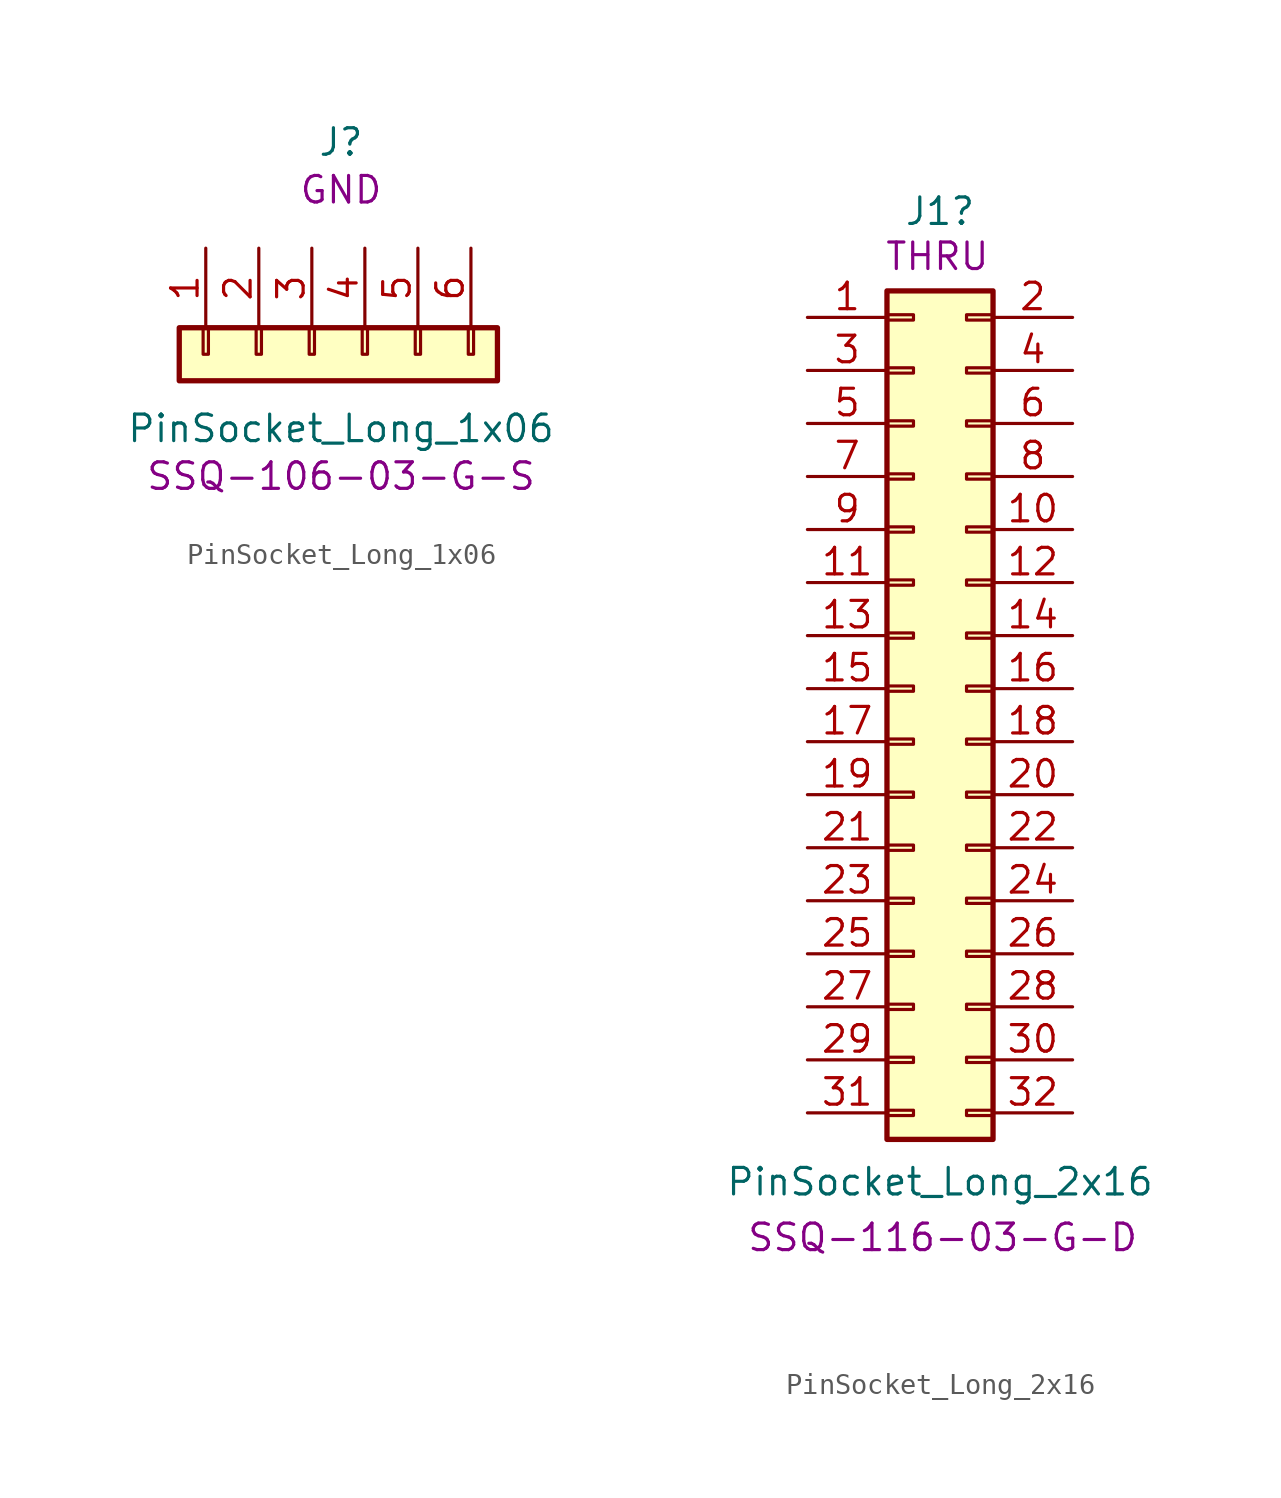
<source format=kicad_sym>
(kicad_symbol_lib
  (version 20220914)
  (generator kicad_symbol_editor)
  (symbol "PinSocket_Long_1x06"
    (pin_names
      (offset 1.016) hide)
    (property "Reference" "J"
      (at 0 8.763 0)
      (effects (font (size 1.27 1.27))))
    (property "Value" "PinSocket_Long_1x06"
      (at 0 -4.953 0)
      (effects (font (size 1.27 1.27))))
    (property "LCSC" ""
      (at 0 -7.112 0)
      (effects (font (size 1.27 1.27))))
    (property "Manufacturer PN" "SSQ-106-03-G-S"
      (at 0 -7.239 0)
      (effects (font (size 1.27 1.27))))
    (property "Silkscreen" "GND"
      (at 0 6.477 0)
      (effects (font (size 1.27 1.27))))
    (symbol "PinSocket_Long_1x06_1_1"
      (rectangle (start -7.747 -0.127) (end 7.493 -2.667) (stroke (width 0.254) (type default)) (fill (type background)))
      (rectangle (start -6.35 -1.397) (end -6.604 -0.127) (stroke (width 0.152) (type default)) (fill (type none)))
      (rectangle (start -3.81 -1.397) (end -4.064 -0.127) (stroke (width 0.152) (type default)) (fill (type none)))
      (rectangle (start -1.27 -1.397) (end -1.524 -0.127) (stroke (width 0.152) (type default)) (fill (type none)))
      (rectangle (start 1.27 -1.397) (end 1.016 -0.127) (stroke (width 0.152) (type default)) (fill (type none)))
      (rectangle (start 3.81 -1.397) (end 3.556 -0.127) (stroke (width 0.152) (type default)) (fill (type none)))
      (rectangle (start 6.35 -1.397) (end 6.096 -0.127) (stroke (width 0.152) (type default)) (fill (type none)))
      (pin passive line (at -6.477 3.683 270) (length 3.81) (name "Pin_1" (effects (font (size 1.27 1.27)))) (number "1" (effects (font (size 1.27 1.27)))))
      (pin passive line (at -3.937 3.683 270) (length 3.81) (name "Pin_2" (effects (font (size 1.27 1.27)))) (number "2" (effects (font (size 1.27 1.27)))))
      (pin passive line (at -1.397 3.683 270) (length 3.81) (name "Pin_3" (effects (font (size 1.27 1.27)))) (number "3" (effects (font (size 1.27 1.27)))))
      (pin passive line (at 1.143 3.683 270) (length 3.81) (name "Pin_4" (effects (font (size 1.27 1.27)))) (number "4" (effects (font (size 1.27 1.27)))))
      (pin passive line (at 3.683 3.683 270) (length 3.81) (name "Pin_5" (effects (font (size 1.27 1.27)))) (number "5" (effects (font (size 1.27 1.27)))))
      (pin passive line (at 6.223 3.683 270) (length 3.81) (name "Pin_6" (effects (font (size 1.27 1.27)))) (number "6" (effects (font (size 1.27 1.27)))))))
  (symbol "PinSocket_Long_2x16"
    (pin_names
      (offset 1.016) hide)
    (property "Reference" "J1"
      (at 1.27 22.86 0)
      (effects (font (size 1.27 1.27))))
    (property "Value" "PinSocket_Long_2x16"
      (at 1.27 -23.622 0)
      (effects (font (size 1.27 1.27))))
    (property "Manufacturer PN" "SSQ-116-03-G-D"
      (at 1.397 -26.289 0)
      (effects (font (size 1.27 1.27))))
    (property "Silkscreen" "THRU"
      (at 1.143 20.701 0)
      (effects (font (size 1.27 1.27))))
    (symbol "PinSocket_Long_2x16_1_1"
      (rectangle (start -1.27 -20.193) (end 0 -20.447) (stroke (width 0.152) (type default)) (fill (type none)))
      (rectangle (start -1.27 -17.653) (end 0 -17.907) (stroke (width 0.152) (type default)) (fill (type none)))
      (rectangle (start -1.27 -15.113) (end 0 -15.367) (stroke (width 0.152) (type default)) (fill (type none)))
      (rectangle (start -1.27 -12.573) (end 0 -12.827) (stroke (width 0.152) (type default)) (fill (type none)))
      (rectangle (start -1.27 -10.033) (end 0 -10.287) (stroke (width 0.152) (type default)) (fill (type none)))
      (rectangle (start -1.27 -7.493) (end 0 -7.747) (stroke (width 0.152) (type default)) (fill (type none)))
      (rectangle (start -1.27 -4.953) (end 0 -5.207) (stroke (width 0.152) (type default)) (fill (type none)))
      (rectangle (start -1.27 -2.413) (end 0 -2.667) (stroke (width 0.152) (type default)) (fill (type none)))
      (rectangle (start -1.27 0.127) (end 0 -0.127) (stroke (width 0.152) (type default)) (fill (type none)))
      (rectangle (start -1.27 2.667) (end 0 2.413) (stroke (width 0.152) (type default)) (fill (type none)))
      (rectangle (start -1.27 5.207) (end 0 4.953) (stroke (width 0.152) (type default)) (fill (type none)))
      (rectangle (start -1.27 7.747) (end 0 7.493) (stroke (width 0.152) (type default)) (fill (type none)))
      (rectangle (start -1.27 10.287) (end 0 10.033) (stroke (width 0.152) (type default)) (fill (type none)))
      (rectangle (start -1.27 12.827) (end 0 12.573) (stroke (width 0.152) (type default)) (fill (type none)))
      (rectangle (start -1.27 15.367) (end 0 15.113) (stroke (width 0.152) (type default)) (fill (type none)))
      (rectangle (start -1.27 17.907) (end 0 17.653) (stroke (width 0.152) (type default)) (fill (type none)))
      (rectangle (start -1.27 19.05) (end 3.81 -21.59) (stroke (width 0.254) (type default)) (fill (type background)))
      (rectangle (start 3.81 -20.193) (end 2.54 -20.447) (stroke (width 0.152) (type default)) (fill (type none)))
      (rectangle (start 3.81 -17.653) (end 2.54 -17.907) (stroke (width 0.152) (type default)) (fill (type none)))
      (rectangle (start 3.81 -15.113) (end 2.54 -15.367) (stroke (width 0.152) (type default)) (fill (type none)))
      (rectangle (start 3.81 -12.573) (end 2.54 -12.827) (stroke (width 0.152) (type default)) (fill (type none)))
      (rectangle (start 3.81 -10.033) (end 2.54 -10.287) (stroke (width 0.152) (type default)) (fill (type none)))
      (rectangle (start 3.81 -7.493) (end 2.54 -7.747) (stroke (width 0.152) (type default)) (fill (type none)))
      (rectangle (start 3.81 -4.953) (end 2.54 -5.207) (stroke (width 0.152) (type default)) (fill (type none)))
      (rectangle (start 3.81 -2.413) (end 2.54 -2.667) (stroke (width 0.152) (type default)) (fill (type none)))
      (rectangle (start 3.81 0.127) (end 2.54 -0.127) (stroke (width 0.152) (type default)) (fill (type none)))
      (rectangle (start 3.81 2.667) (end 2.54 2.413) (stroke (width 0.152) (type default)) (fill (type none)))
      (rectangle (start 3.81 5.207) (end 2.54 4.953) (stroke (width 0.152) (type default)) (fill (type none)))
      (rectangle (start 3.81 7.747) (end 2.54 7.493) (stroke (width 0.152) (type default)) (fill (type none)))
      (rectangle (start 3.81 10.287) (end 2.54 10.033) (stroke (width 0.152) (type default)) (fill (type none)))
      (rectangle (start 3.81 12.827) (end 2.54 12.573) (stroke (width 0.152) (type default)) (fill (type none)))
      (rectangle (start 3.81 15.367) (end 2.54 15.113) (stroke (width 0.152) (type default)) (fill (type none)))
      (rectangle (start 3.81 17.907) (end 2.54 17.653) (stroke (width 0.152) (type default)) (fill (type none)))
      (pin passive line (at -5.08 17.78 0) (length 3.81) (name "Pin_1" (effects (font (size 1.27 1.27)))) (number "1" (effects (font (size 1.27 1.27)))))
      (pin passive line (at 7.62 7.62 180) (length 3.81) (name "Pin_10" (effects (font (size 1.27 1.27)))) (number "10" (effects (font (size 1.27 1.27)))))
      (pin passive line (at -5.08 5.08 0) (length 3.81) (name "Pin_11" (effects (font (size 1.27 1.27)))) (number "11" (effects (font (size 1.27 1.27)))))
      (pin passive line (at 7.62 5.08 180) (length 3.81) (name "Pin_12" (effects (font (size 1.27 1.27)))) (number "12" (effects (font (size 1.27 1.27)))))
      (pin passive line (at -5.08 2.54 0) (length 3.81) (name "Pin_13" (effects (font (size 1.27 1.27)))) (number "13" (effects (font (size 1.27 1.27)))))
      (pin passive line (at 7.62 2.54 180) (length 3.81) (name "Pin_14" (effects (font (size 1.27 1.27)))) (number "14" (effects (font (size 1.27 1.27)))))
      (pin passive line (at -5.08 0 0) (length 3.81) (name "Pin_15" (effects (font (size 1.27 1.27)))) (number "15" (effects (font (size 1.27 1.27)))))
      (pin passive line (at 7.62 0 180) (length 3.81) (name "Pin_16" (effects (font (size 1.27 1.27)))) (number "16" (effects (font (size 1.27 1.27)))))
      (pin passive line (at -5.08 -2.54 0) (length 3.81) (name "Pin_17" (effects (font (size 1.27 1.27)))) (number "17" (effects (font (size 1.27 1.27)))))
      (pin passive line (at 7.62 -2.54 180) (length 3.81) (name "Pin_18" (effects (font (size 1.27 1.27)))) (number "18" (effects (font (size 1.27 1.27)))))
      (pin passive line (at -5.08 -5.08 0) (length 3.81) (name "Pin_19" (effects (font (size 1.27 1.27)))) (number "19" (effects (font (size 1.27 1.27)))))
      (pin passive line (at 7.62 17.78 180) (length 3.81) (name "Pin_2" (effects (font (size 1.27 1.27)))) (number "2" (effects (font (size 1.27 1.27)))))
      (pin passive line (at 7.62 -5.08 180) (length 3.81) (name "Pin_20" (effects (font (size 1.27 1.27)))) (number "20" (effects (font (size 1.27 1.27)))))
      (pin passive line (at -5.08 -7.62 0) (length 3.81) (name "Pin_21" (effects (font (size 1.27 1.27)))) (number "21" (effects (font (size 1.27 1.27)))))
      (pin passive line (at 7.62 -7.62 180) (length 3.81) (name "Pin_22" (effects (font (size 1.27 1.27)))) (number "22" (effects (font (size 1.27 1.27)))))
      (pin passive line (at -5.08 -10.16 0) (length 3.81) (name "Pin_23" (effects (font (size 1.27 1.27)))) (number "23" (effects (font (size 1.27 1.27)))))
      (pin passive line (at 7.62 -10.16 180) (length 3.81) (name "Pin_24" (effects (font (size 1.27 1.27)))) (number "24" (effects (font (size 1.27 1.27)))))
      (pin passive line (at -5.08 -12.7 0) (length 3.81) (name "Pin_25" (effects (font (size 1.27 1.27)))) (number "25" (effects (font (size 1.27 1.27)))))
      (pin passive line (at 7.62 -12.7 180) (length 3.81) (name "Pin_26" (effects (font (size 1.27 1.27)))) (number "26" (effects (font (size 1.27 1.27)))))
      (pin passive line (at -5.08 -15.24 0) (length 3.81) (name "Pin_27" (effects (font (size 1.27 1.27)))) (number "27" (effects (font (size 1.27 1.27)))))
      (pin passive line (at 7.62 -15.24 180) (length 3.81) (name "Pin_28" (effects (font (size 1.27 1.27)))) (number "28" (effects (font (size 1.27 1.27)))))
      (pin passive line (at -5.08 -17.78 0) (length 3.81) (name "Pin_29" (effects (font (size 1.27 1.27)))) (number "29" (effects (font (size 1.27 1.27)))))
      (pin passive line (at -5.08 15.24 0) (length 3.81) (name "Pin_3" (effects (font (size 1.27 1.27)))) (number "3" (effects (font (size 1.27 1.27)))))
      (pin passive line (at 7.62 -17.78 180) (length 3.81) (name "Pin_30" (effects (font (size 1.27 1.27)))) (number "30" (effects (font (size 1.27 1.27)))))
      (pin passive line (at -5.08 -20.32 0) (length 3.81) (name "Pin_31" (effects (font (size 1.27 1.27)))) (number "31" (effects (font (size 1.27 1.27)))))
      (pin passive line (at 7.62 -20.32 180) (length 3.81) (name "Pin_32" (effects (font (size 1.27 1.27)))) (number "32" (effects (font (size 1.27 1.27)))))
      (pin passive line (at 7.62 15.24 180) (length 3.81) (name "Pin_4" (effects (font (size 1.27 1.27)))) (number "4" (effects (font (size 1.27 1.27)))))
      (pin passive line (at -5.08 12.7 0) (length 3.81) (name "Pin_5" (effects (font (size 1.27 1.27)))) (number "5" (effects (font (size 1.27 1.27)))))
      (pin passive line (at 7.62 12.7 180) (length 3.81) (name "Pin_6" (effects (font (size 1.27 1.27)))) (number "6" (effects (font (size 1.27 1.27)))))
      (pin passive line (at -5.08 10.16 0) (length 3.81) (name "Pin_7" (effects (font (size 1.27 1.27)))) (number "7" (effects (font (size 1.27 1.27)))))
      (pin passive line (at 7.62 10.16 180) (length 3.81) (name "Pin_8" (effects (font (size 1.27 1.27)))) (number "8" (effects (font (size 1.27 1.27)))))
      (pin passive line (at -5.08 7.62 0) (length 3.81) (name "Pin_9" (effects (font (size 1.27 1.27)))) (number "9" (effects (font (size 1.27 1.27))))))))
</source>
